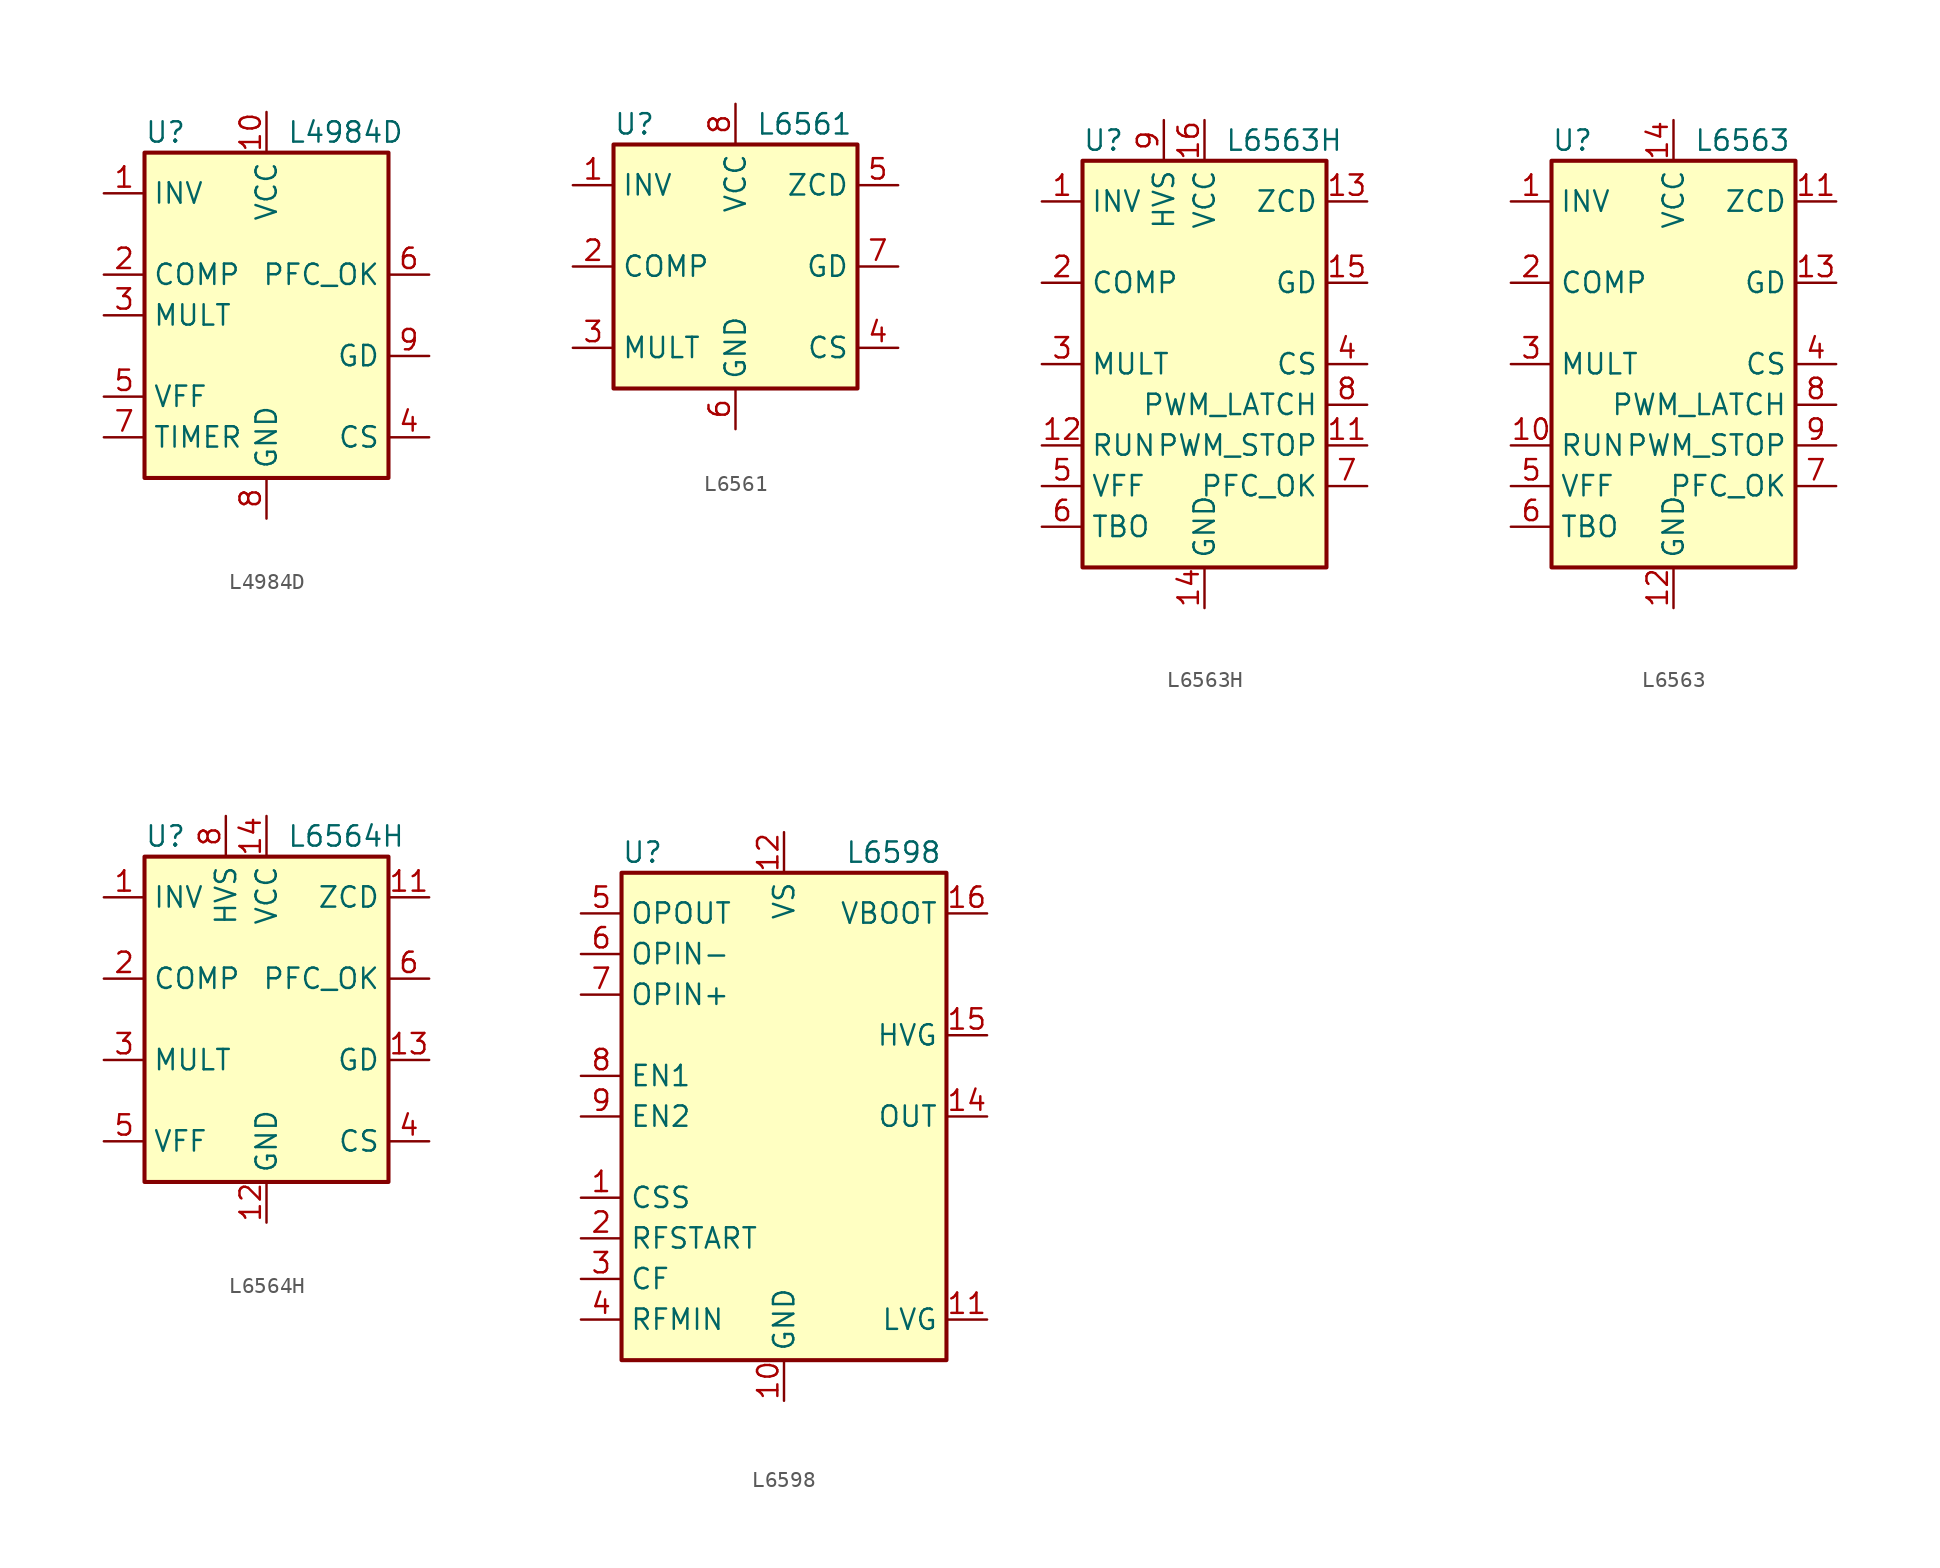
<source format=kicad_sym>
(kicad_symbol_lib
  (version 20201005)
  (generator kicad_symbol_editor)
  (symbol "Regulator_Controller:L4984D"
    (property "Reference" "U"
      (at -7.62 11.43 0)
      (effects (font (size 1.27 1.27)) (justify left)))
    (property "Value" "L4984D"
      (at 1.27 11.43 0)
      (effects (font (size 1.27 1.27)) (justify left)))
    (symbol "L4984D_0_0"
      (rectangle (start -7.62 10.16) (end 7.62 -10.16) (stroke (width 0.254)) (fill (type background))))
    (symbol "L4984D_1_1"
      (pin input line (at -10.16 7.62 0) (length 2.54) (name "INV" (effects (font (size 1.27 1.27)))) (number "1" (effects (font (size 1.27 1.27)))))
      (pin power_in line (at 0 12.7 270) (length 2.54) (name "VCC" (effects (font (size 1.27 1.27)))) (number "10" (effects (font (size 1.27 1.27)))))
      (pin output line (at -10.16 2.54 0) (length 2.54) (name "COMP" (effects (font (size 1.27 1.27)))) (number "2" (effects (font (size 1.27 1.27)))))
      (pin input line (at -10.16 0 0) (length 2.54) (name "MULT" (effects (font (size 1.27 1.27)))) (number "3" (effects (font (size 1.27 1.27)))))
      (pin input line (at 10.16 -7.62 180) (length 2.54) (name "CS" (effects (font (size 1.27 1.27)))) (number "4" (effects (font (size 1.27 1.27)))))
      (pin passive line (at -10.16 -5.08 0) (length 2.54) (name "VFF" (effects (font (size 1.27 1.27)))) (number "5" (effects (font (size 1.27 1.27)))))
      (pin input line (at 10.16 2.54 180) (length 2.54) (name "PFC_OK" (effects (font (size 1.27 1.27)))) (number "6" (effects (font (size 1.27 1.27)))))
      (pin passive line (at -10.16 -7.62 0) (length 2.54) (name "TIMER" (effects (font (size 1.27 1.27)))) (number "7" (effects (font (size 1.27 1.27)))))
      (pin power_in line (at 0 -12.7 90) (length 2.54) (name "GND" (effects (font (size 1.27 1.27)))) (number "8" (effects (font (size 1.27 1.27)))))
      (pin output line (at 10.16 -2.54 180) (length 2.54) (name "GD" (effects (font (size 1.27 1.27)))) (number "9" (effects (font (size 1.27 1.27)))))))
  (symbol "Regulator_Controller:L6561"
    (property "Reference" "U"
      (at -7.62 8.89 0)
      (effects (font (size 1.27 1.27)) (justify left)))
    (property "Value" "L6561"
      (at 1.27 8.89 0)
      (effects (font (size 1.27 1.27)) (justify left)))
    (symbol "L6561_0_0"
      (rectangle (start -7.62 7.62) (end 7.62 -7.62) (stroke (width 0.254)) (fill (type background))))
    (symbol "L6561_1_1"
      (pin input line (at -10.16 5.08 0) (length 2.54) (name "INV" (effects (font (size 1.27 1.27)))) (number "1" (effects (font (size 1.27 1.27)))))
      (pin output line (at -10.16 0 0) (length 2.54) (name "COMP" (effects (font (size 1.27 1.27)))) (number "2" (effects (font (size 1.27 1.27)))))
      (pin input line (at -10.16 -5.08 0) (length 2.54) (name "MULT" (effects (font (size 1.27 1.27)))) (number "3" (effects (font (size 1.27 1.27)))))
      (pin input line (at 10.16 -5.08 180) (length 2.54) (name "CS" (effects (font (size 1.27 1.27)))) (number "4" (effects (font (size 1.27 1.27)))))
      (pin input line (at 10.16 5.08 180) (length 2.54) (name "ZCD" (effects (font (size 1.27 1.27)))) (number "5" (effects (font (size 1.27 1.27)))))
      (pin power_in line (at 0 -10.16 90) (length 2.54) (name "GND" (effects (font (size 1.27 1.27)))) (number "6" (effects (font (size 1.27 1.27)))))
      (pin output line (at 10.16 0 180) (length 2.54) (name "GD" (effects (font (size 1.27 1.27)))) (number "7" (effects (font (size 1.27 1.27)))))
      (pin power_in line (at 0 10.16 270) (length 2.54) (name "VCC" (effects (font (size 1.27 1.27)))) (number "8" (effects (font (size 1.27 1.27)))))))
  (symbol "Regulator_Controller:L6563H"
    (property "Reference" "U"
      (at -7.62 13.97 0)
      (effects (font (size 1.27 1.27)) (justify left)))
    (property "Value" "L6563H"
      (at 1.27 13.97 0)
      (effects (font (size 1.27 1.27)) (justify left)))
    (symbol "L6563H_0_0"
      (rectangle (start -7.62 12.7) (end 7.62 -12.7) (stroke (width 0.254)) (fill (type background))))
    (symbol "L6563H_1_1"
      (pin input line (at -10.16 10.16 0) (length 2.54) (name "INV" (effects (font (size 1.27 1.27)))) (number "1" (effects (font (size 1.27 1.27)))))
      (pin no_connect line (at -7.62 7.62 0) (length 2.54) hide (name "NC" (effects (font (size 1.27 1.27)))) (number "10" (effects (font (size 1.27 1.27)))))
      (pin output line (at 10.16 -5.08 180) (length 2.54) (name "PWM_STOP" (effects (font (size 1.27 1.27)))) (number "11" (effects (font (size 1.27 1.27)))))
      (pin input line (at -10.16 -5.08 0) (length 2.54) (name "RUN" (effects (font (size 1.27 1.27)))) (number "12" (effects (font (size 1.27 1.27)))))
      (pin input line (at 10.16 10.16 180) (length 2.54) (name "ZCD" (effects (font (size 1.27 1.27)))) (number "13" (effects (font (size 1.27 1.27)))))
      (pin power_in line (at 0 -15.24 90) (length 2.54) (name "GND" (effects (font (size 1.27 1.27)))) (number "14" (effects (font (size 1.27 1.27)))))
      (pin output line (at 10.16 5.08 180) (length 2.54) (name "GD" (effects (font (size 1.27 1.27)))) (number "15" (effects (font (size 1.27 1.27)))))
      (pin power_in line (at 0 15.24 270) (length 2.54) (name "VCC" (effects (font (size 1.27 1.27)))) (number "16" (effects (font (size 1.27 1.27)))))
      (pin output line (at -10.16 5.08 0) (length 2.54) (name "COMP" (effects (font (size 1.27 1.27)))) (number "2" (effects (font (size 1.27 1.27)))))
      (pin input line (at -10.16 0 0) (length 2.54) (name "MULT" (effects (font (size 1.27 1.27)))) (number "3" (effects (font (size 1.27 1.27)))))
      (pin input line (at 10.16 0 180) (length 2.54) (name "CS" (effects (font (size 1.27 1.27)))) (number "4" (effects (font (size 1.27 1.27)))))
      (pin passive line (at -10.16 -7.62 0) (length 2.54) (name "VFF" (effects (font (size 1.27 1.27)))) (number "5" (effects (font (size 1.27 1.27)))))
      (pin passive line (at -10.16 -10.16 0) (length 2.54) (name "TBO" (effects (font (size 1.27 1.27)))) (number "6" (effects (font (size 1.27 1.27)))))
      (pin input line (at 10.16 -7.62 180) (length 2.54) (name "PFC_OK" (effects (font (size 1.27 1.27)))) (number "7" (effects (font (size 1.27 1.27)))))
      (pin output line (at 10.16 -2.54 180) (length 2.54) (name "PWM_LATCH" (effects (font (size 1.27 1.27)))) (number "8" (effects (font (size 1.27 1.27)))))
      (pin input line (at -2.54 15.24 270) (length 2.54) (name "HVS" (effects (font (size 1.27 1.27)))) (number "9" (effects (font (size 1.27 1.27)))))))
  (symbol "Regulator_Controller:L6563"
    (property "Reference" "U"
      (at -7.62 13.97 0)
      (effects (font (size 1.27 1.27)) (justify left)))
    (property "Value" "L6563"
      (at 1.27 13.97 0)
      (effects (font (size 1.27 1.27)) (justify left)))
    (symbol "L6563_0_0"
      (rectangle (start -7.62 12.7) (end 7.62 -12.7) (stroke (width 0.254)) (fill (type background))))
    (symbol "L6563_1_1"
      (pin input line (at -10.16 10.16 0) (length 2.54) (name "INV" (effects (font (size 1.27 1.27)))) (number "1" (effects (font (size 1.27 1.27)))))
      (pin input line (at -10.16 -5.08 0) (length 2.54) (name "RUN" (effects (font (size 1.27 1.27)))) (number "10" (effects (font (size 1.27 1.27)))))
      (pin input line (at 10.16 10.16 180) (length 2.54) (name "ZCD" (effects (font (size 1.27 1.27)))) (number "11" (effects (font (size 1.27 1.27)))))
      (pin power_in line (at 0 -15.24 90) (length 2.54) (name "GND" (effects (font (size 1.27 1.27)))) (number "12" (effects (font (size 1.27 1.27)))))
      (pin output line (at 10.16 5.08 180) (length 2.54) (name "GD" (effects (font (size 1.27 1.27)))) (number "13" (effects (font (size 1.27 1.27)))))
      (pin power_in line (at 0 15.24 270) (length 2.54) (name "VCC" (effects (font (size 1.27 1.27)))) (number "14" (effects (font (size 1.27 1.27)))))
      (pin output line (at -10.16 5.08 0) (length 2.54) (name "COMP" (effects (font (size 1.27 1.27)))) (number "2" (effects (font (size 1.27 1.27)))))
      (pin input line (at -10.16 0 0) (length 2.54) (name "MULT" (effects (font (size 1.27 1.27)))) (number "3" (effects (font (size 1.27 1.27)))))
      (pin input line (at 10.16 0 180) (length 2.54) (name "CS" (effects (font (size 1.27 1.27)))) (number "4" (effects (font (size 1.27 1.27)))))
      (pin passive line (at -10.16 -7.62 0) (length 2.54) (name "VFF" (effects (font (size 1.27 1.27)))) (number "5" (effects (font (size 1.27 1.27)))))
      (pin passive line (at -10.16 -10.16 0) (length 2.54) (name "TBO" (effects (font (size 1.27 1.27)))) (number "6" (effects (font (size 1.27 1.27)))))
      (pin input line (at 10.16 -7.62 180) (length 2.54) (name "PFC_OK" (effects (font (size 1.27 1.27)))) (number "7" (effects (font (size 1.27 1.27)))))
      (pin output line (at 10.16 -2.54 180) (length 2.54) (name "PWM_LATCH" (effects (font (size 1.27 1.27)))) (number "8" (effects (font (size 1.27 1.27)))))
      (pin output line (at 10.16 -5.08 180) (length 2.54) (name "PWM_STOP" (effects (font (size 1.27 1.27)))) (number "9" (effects (font (size 1.27 1.27)))))))
  (symbol "Regulator_Controller:L6564H"
    (property "Reference" "U"
      (at -7.62 11.43 0)
      (effects (font (size 1.27 1.27)) (justify left)))
    (property "Value" "L6564H"
      (at 1.27 11.43 0)
      (effects (font (size 1.27 1.27)) (justify left)))
    (symbol "L6564H_0_0"
      (rectangle (start -7.62 10.16) (end 7.62 -10.16) (stroke (width 0.254)) (fill (type background))))
    (symbol "L6564H_1_1"
      (pin input line (at -10.16 7.62 0) (length 2.54) (name "INV" (effects (font (size 1.27 1.27)))) (number "1" (effects (font (size 1.27 1.27)))))
      (pin no_connect line (at -7.62 -5.08 0) (length 2.54) hide (name "NC" (effects (font (size 1.27 1.27)))) (number "10" (effects (font (size 1.27 1.27)))))
      (pin input line (at 10.16 7.62 180) (length 2.54) (name "ZCD" (effects (font (size 1.27 1.27)))) (number "11" (effects (font (size 1.27 1.27)))))
      (pin power_in line (at 0 -12.7 90) (length 2.54) (name "GND" (effects (font (size 1.27 1.27)))) (number "12" (effects (font (size 1.27 1.27)))))
      (pin output line (at 10.16 -2.54 180) (length 2.54) (name "GD" (effects (font (size 1.27 1.27)))) (number "13" (effects (font (size 1.27 1.27)))))
      (pin power_in line (at 0 12.7 270) (length 2.54) (name "VCC" (effects (font (size 1.27 1.27)))) (number "14" (effects (font (size 1.27 1.27)))))
      (pin output line (at -10.16 2.54 0) (length 2.54) (name "COMP" (effects (font (size 1.27 1.27)))) (number "2" (effects (font (size 1.27 1.27)))))
      (pin input line (at -10.16 -2.54 0) (length 2.54) (name "MULT" (effects (font (size 1.27 1.27)))) (number "3" (effects (font (size 1.27 1.27)))))
      (pin input line (at 10.16 -7.62 180) (length 2.54) (name "CS" (effects (font (size 1.27 1.27)))) (number "4" (effects (font (size 1.27 1.27)))))
      (pin passive line (at -10.16 -7.62 0) (length 2.54) (name "VFF" (effects (font (size 1.27 1.27)))) (number "5" (effects (font (size 1.27 1.27)))))
      (pin input line (at 10.16 2.54 180) (length 2.54) (name "PFC_OK" (effects (font (size 1.27 1.27)))) (number "6" (effects (font (size 1.27 1.27)))))
      (pin no_connect line (at -7.62 5.08 0) (length 2.54) hide (name "NC" (effects (font (size 1.27 1.27)))) (number "7" (effects (font (size 1.27 1.27)))))
      (pin input line (at -2.54 12.7 270) (length 2.54) (name "HVS" (effects (font (size 1.27 1.27)))) (number "8" (effects (font (size 1.27 1.27)))))
      (pin no_connect line (at -7.62 0 0) (length 2.54) hide (name "NC" (effects (font (size 1.27 1.27)))) (number "9" (effects (font (size 1.27 1.27)))))))
  (symbol "Regulator_Controller:L6598"
    (property "Reference" "U"
      (at -10.16 16.51 0)
      (effects (font (size 1.27 1.27)) (justify left)))
    (property "Value" "L6598"
      (at 3.81 16.51 0)
      (effects (font (size 1.27 1.27)) (justify left)))
    (symbol "L6598_0_0"
      (rectangle (start -10.16 15.24) (end 10.16 -15.24) (stroke (width 0.254)) (fill (type background))))
    (symbol "L6598_1_1"
      (pin passive line (at -12.7 -5.08 0) (length 2.54) (name "CSS" (effects (font (size 1.27 1.27)))) (number "1" (effects (font (size 1.27 1.27)))))
      (pin power_in line (at 0 -17.78 90) (length 2.54) (name "GND" (effects (font (size 1.27 1.27)))) (number "10" (effects (font (size 1.27 1.27)))))
      (pin output line (at 12.7 -12.7 180) (length 2.54) (name "LVG" (effects (font (size 1.27 1.27)))) (number "11" (effects (font (size 1.27 1.27)))))
      (pin power_in line (at 0 17.78 270) (length 2.54) (name "VS" (effects (font (size 1.27 1.27)))) (number "12" (effects (font (size 1.27 1.27)))))
      (pin no_connect line (at 10.16 10.16 180) (length 2.54) hide (name "NC" (effects (font (size 1.27 1.27)))) (number "13" (effects (font (size 1.27 1.27)))))
      (pin input line (at 12.7 0 180) (length 2.54) (name "OUT" (effects (font (size 1.27 1.27)))) (number "14" (effects (font (size 1.27 1.27)))))
      (pin output line (at 12.7 5.08 180) (length 2.54) (name "HVG" (effects (font (size 1.27 1.27)))) (number "15" (effects (font (size 1.27 1.27)))))
      (pin input line (at 12.7 12.7 180) (length 2.54) (name "VBOOT" (effects (font (size 1.27 1.27)))) (number "16" (effects (font (size 1.27 1.27)))))
      (pin passive line (at -12.7 -7.62 0) (length 2.54) (name "RFSTART" (effects (font (size 1.27 1.27)))) (number "2" (effects (font (size 1.27 1.27)))))
      (pin passive line (at -12.7 -10.16 0) (length 2.54) (name "CF" (effects (font (size 1.27 1.27)))) (number "3" (effects (font (size 1.27 1.27)))))
      (pin passive line (at -12.7 -12.7 0) (length 2.54) (name "RFMIN" (effects (font (size 1.27 1.27)))) (number "4" (effects (font (size 1.27 1.27)))))
      (pin output line (at -12.7 12.7 0) (length 2.54) (name "OPOUT" (effects (font (size 1.27 1.27)))) (number "5" (effects (font (size 1.27 1.27)))))
      (pin input line (at -12.7 10.16 0) (length 2.54) (name "OPIN-" (effects (font (size 1.27 1.27)))) (number "6" (effects (font (size 1.27 1.27)))))
      (pin input line (at -12.7 7.62 0) (length 2.54) (name "OPIN+" (effects (font (size 1.27 1.27)))) (number "7" (effects (font (size 1.27 1.27)))))
      (pin input line (at -12.7 2.54 0) (length 2.54) (name "EN1" (effects (font (size 1.27 1.27)))) (number "8" (effects (font (size 1.27 1.27)))))
      (pin input line (at -12.7 0 0) (length 2.54) (name "EN2" (effects (font (size 1.27 1.27)))) (number "9" (effects (font (size 1.27 1.27))))))))
</source>
